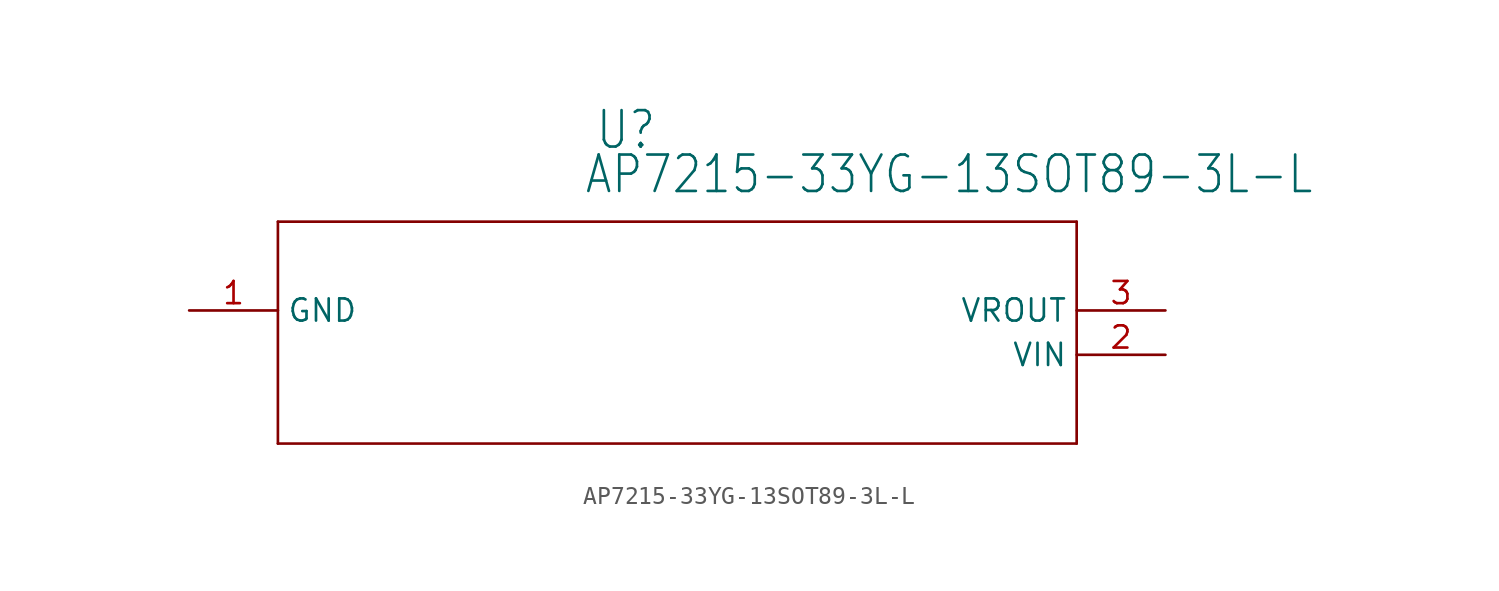
<source format=kicad_sym>
(kicad_symbol_lib
  (version 20211014)
  (generator kicad_symbol_editor)
  (symbol "AP7215-33YG-13SOT89-3L-L"
    (property "Reference" "U"
      (at 25.756 9.119 0)
      (effects (font (size 2.083 1.77)) (justify left bottom)))
    (property "Value" "AP7215-33YG-13SOT89-3L-L"
      (at 25.121 6.579 0)
      (effects (font (size 2.083 1.77)) (justify left bottom)))
    (property "ki_locked" ""
      (at 0 0 0)
      (effects (font (size 1.27 1.27))))
    (symbol "AP7215-33YG-13SOT89-3L-L_1_0"
      (polyline (pts (xy 7.62 -7.62) (xy 53.34 -7.62)) (stroke (width 0.152) (type default) (color 0 0 0 0)) (fill (type none)))
      (polyline (pts (xy 7.62 5.08) (xy 7.62 -7.62)) (stroke (width 0.152) (type default) (color 0 0 0 0)) (fill (type none)))
      (polyline (pts (xy 53.34 -7.62) (xy 53.34 5.08)) (stroke (width 0.152) (type default) (color 0 0 0 0)) (fill (type none)))
      (polyline (pts (xy 53.34 5.08) (xy 7.62 5.08)) (stroke (width 0.152) (type default) (color 0 0 0 0)) (fill (type none)))
      (pin power_in line (at 2.54 0 0) (length 5.08) (name "GND" (effects (font (size 1.27 1.27)))) (number "1" (effects (font (size 1.27 1.27)))))
      (pin input line (at 58.42 -2.54 180) (length 5.08) (name "VIN" (effects (font (size 1.27 1.27)))) (number "2" (effects (font (size 1.27 1.27)))))
      (pin output line (at 58.42 0 180) (length 5.08) (name "VROUT" (effects (font (size 1.27 1.27)))) (number "3" (effects (font (size 1.27 1.27))))))))
</source>
